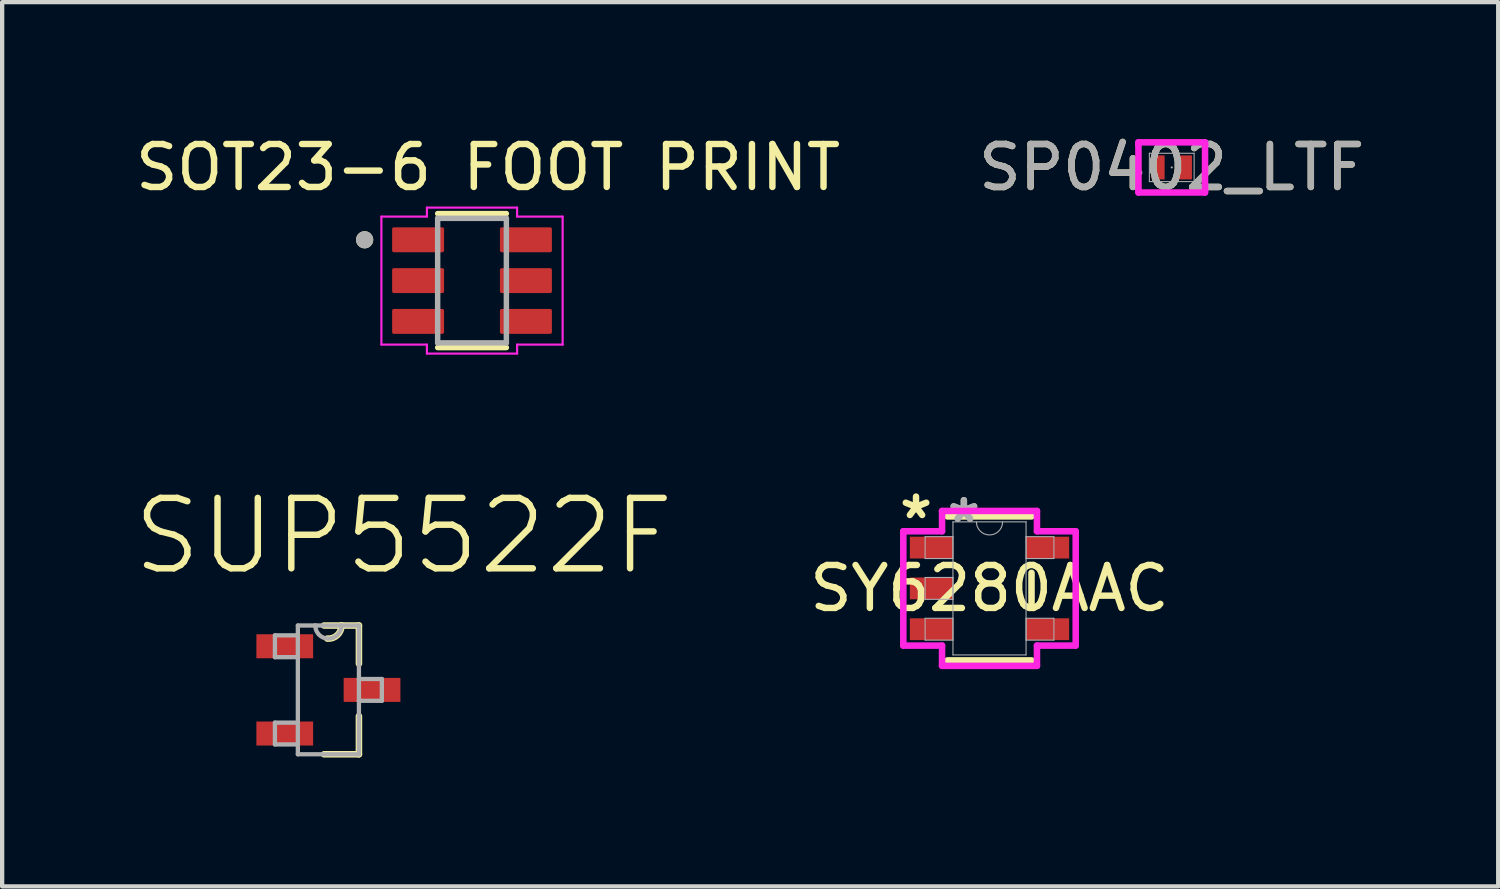
<source format=kicad_pcb>
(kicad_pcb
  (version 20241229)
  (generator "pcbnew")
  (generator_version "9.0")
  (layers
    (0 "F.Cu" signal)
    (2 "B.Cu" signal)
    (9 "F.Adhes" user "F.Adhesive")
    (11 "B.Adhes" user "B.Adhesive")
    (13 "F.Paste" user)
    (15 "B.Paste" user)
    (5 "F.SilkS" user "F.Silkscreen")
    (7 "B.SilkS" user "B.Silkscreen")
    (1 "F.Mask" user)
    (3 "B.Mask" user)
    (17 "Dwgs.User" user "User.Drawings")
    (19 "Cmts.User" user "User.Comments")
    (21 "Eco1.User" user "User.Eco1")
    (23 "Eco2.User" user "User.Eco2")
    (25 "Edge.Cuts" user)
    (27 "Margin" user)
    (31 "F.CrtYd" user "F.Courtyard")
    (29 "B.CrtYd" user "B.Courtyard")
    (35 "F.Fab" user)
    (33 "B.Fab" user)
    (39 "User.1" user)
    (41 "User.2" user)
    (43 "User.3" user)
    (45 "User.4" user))
  (footprint "SOT23-6 FOOT PRINT"
    (layer "F.Cu")
    (at 7.94 3.483)
    (property "Reference" "SOT23-6 FOOT PRINT" (at 0.375 -2.635 0) (layer "F.SilkS") (effects (font (size 1 1) (thickness 0.15))))
    (attr smd)
    (fp_line (start -0.8 1.56) (end 0.8 1.56) (stroke (width 0.127) (type solid)) (layer "F.SilkS"))
    (fp_line (start 0.8 -1.56) (end -0.8 -1.56) (stroke (width 0.127) (type solid)) (layer "F.SilkS"))
    (fp_circle (center -2.5 -0.95) (end -2.4 -0.95) (stroke (width 0.2) (type solid)) (fill no) (layer "F.SilkS"))
    (fp_line (start -2.11 -1.49) (end -2.11 1.49) (stroke (width 0.05) (type solid)) (layer "F.CrtYd"))
    (fp_line (start -2.11 -1.49) (end -1.05 -1.49) (stroke (width 0.05) (type solid)) (layer "F.CrtYd"))
    (fp_line (start -2.11 1.49) (end -1.05 1.49) (stroke (width 0.05) (type solid)) (layer "F.CrtYd"))
    (fp_line (start -1.05 -1.49) (end -1.05 -1.7) (stroke (width 0.05) (type solid)) (layer "F.CrtYd"))
    (fp_line (start -1.05 1.49) (end -1.05 1.7) (stroke (width 0.05) (type solid)) (layer "F.CrtYd"))
    (fp_line (start -1.05 1.7) (end 1.05 1.7) (stroke (width 0.05) (type solid)) (layer "F.CrtYd"))
    (fp_line (start 1.05 -1.7) (end -1.05 -1.7) (stroke (width 0.05) (type solid)) (layer "F.CrtYd"))
    (fp_line (start 1.05 -1.49) (end 1.05 -1.7) (stroke (width 0.05) (type solid)) (layer "F.CrtYd"))
    (fp_line (start 1.05 1.49) (end 1.05 1.7) (stroke (width 0.05) (type solid)) (layer "F.CrtYd"))
    (fp_line (start 2.11 -1.49) (end 1.05 -1.49) (stroke (width 0.05) (type solid)) (layer "F.CrtYd"))
    (fp_line (start 2.11 1.49) (end 1.05 1.49) (stroke (width 0.05) (type solid)) (layer "F.CrtYd"))
    (fp_line (start 2.11 1.49) (end 2.11 -1.49) (stroke (width 0.05) (type solid)) (layer "F.CrtYd"))
    (fp_line (start -0.8 -1.45) (end -0.8 1.45) (stroke (width 0.127) (type solid)) (layer "F.Fab"))
    (fp_line (start -0.8 1.45) (end 0.8 1.45) (stroke (width 0.127) (type solid)) (layer "F.Fab"))
    (fp_line (start 0.8 -1.45) (end -0.8 -1.45) (stroke (width 0.127) (type solid)) (layer "F.Fab"))
    (fp_line (start 0.8 1.45) (end 0.8 -1.45) (stroke (width 0.127) (type solid)) (layer "F.Fab"))
    (fp_circle (center -2.5 -0.95) (end -2.4 -0.95) (stroke (width 0.2) (type solid)) (fill no) (layer "F.Fab"))
    (pad "1" smd roundrect (at -1.255 0.95) (size 1.21 0.58) (layers "F.Cu" "F.Mask" "F.Paste") (roundrect_rratio 0.07))
    (pad "2" smd roundrect (at -1.255 0) (size 1.21 0.58) (layers "F.Cu" "F.Mask" "F.Paste") (roundrect_rratio 0.07))
    (pad "3" smd roundrect (at 1.255 0) (size 1.21 0.58) (layers "F.Cu" "F.Mask" "F.Paste") (roundrect_rratio 0.07))
    (pad "4" smd roundrect (at -1.255 -0.95) (size 1.21 0.58) (layers "F.Cu" "F.Mask" "F.Paste") (roundrect_rratio 0.07))
    (pad "5" smd roundrect (at 1.255 -0.95) (size 1.21 0.58) (layers "F.Cu" "F.Mask" "F.Paste") (roundrect_rratio 0.07))
    (pad "6" smd roundrect (at 1.255 0.95) (size 1.21 0.58) (layers "F.Cu" "F.Mask" "F.Paste") (roundrect_rratio 0.07)))
  (footprint "SP0402_LTF"
    (layer "F.Cu")
    (at 24.232 0.848)
    (property "Reference" "SP0402_LTF" (at 0 0 0) (unlocked yes) (layer "F.SilkS") (effects (font (size 1 1) (thickness 0.15))))
    (attr smd)
    (fp_line (start -0.775 -0.584) (end 0.775 -0.584) (stroke (width 0.152) (type solid)) (layer "F.CrtYd"))
    (fp_line (start -0.775 -0.533) (end -0.775 -0.584) (stroke (width 0.152) (type solid)) (layer "F.CrtYd"))
    (fp_line (start -0.775 -0.533) (end -0.775 -0.533) (stroke (width 0.152) (type solid)) (layer "F.CrtYd"))
    (fp_line (start -0.775 0.533) (end -0.775 -0.533) (stroke (width 0.152) (type solid)) (layer "F.CrtYd"))
    (fp_line (start -0.775 0.533) (end -0.775 0.533) (stroke (width 0.152) (type solid)) (layer "F.CrtYd"))
    (fp_line (start -0.775 0.584) (end -0.775 0.533) (stroke (width 0.152) (type solid)) (layer "F.CrtYd"))
    (fp_line (start 0.775 -0.584) (end 0.775 -0.533) (stroke (width 0.152) (type solid)) (layer "F.CrtYd"))
    (fp_line (start 0.775 -0.533) (end 0.775 -0.533) (stroke (width 0.152) (type solid)) (layer "F.CrtYd"))
    (fp_line (start 0.775 -0.533) (end 0.775 0.533) (stroke (width 0.152) (type solid)) (layer "F.CrtYd"))
    (fp_line (start 0.775 0.533) (end 0.775 0.533) (stroke (width 0.152) (type solid)) (layer "F.CrtYd"))
    (fp_line (start 0.775 0.533) (end 0.775 0.584) (stroke (width 0.152) (type solid)) (layer "F.CrtYd"))
    (fp_line (start 0.775 0.584) (end -0.775 0.584) (stroke (width 0.152) (type solid)) (layer "F.CrtYd"))
    (fp_line (start -0.521 -0.33) (end -0.521 0.33) (stroke (width 0.025) (type solid)) (layer "F.Fab"))
    (fp_line (start -0.521 0.33) (end 0.521 0.33) (stroke (width 0.025) (type solid)) (layer "F.Fab"))
    (fp_line (start 0.521 -0.33) (end -0.521 -0.33) (stroke (width 0.025) (type solid)) (layer "F.Fab"))
    (fp_line (start 0.521 0.33) (end 0.521 -0.33) (stroke (width 0.025) (type solid)) (layer "F.Fab"))
    (fp_circle (center 0 0) (end 0 0) (stroke (width 0.025) (type solid)) (fill no) (layer "F.Fab"))
    (fp_text user "${REFERENCE}" (at 0 0 0) (unlocked yes) (layer "F.Fab") (effects (font (size 1 1) (thickness 0.15))))
    (pad "1" smd rect (at -0.318 0) (size 0.305 0.559) (layers "F.Cu" "F.Mask" "F.Paste"))
    (pad "2" smd rect (at 0.318 0) (size 0.305 0.559) (layers "F.Cu" "F.Mask" "F.Paste")))
  (footprint "SY6280AAC"
    (layer "F.Cu")
    (at 19.989 10.65)
    (property "Reference" "SY6280AAC" (at 0 0 0) (unlocked yes) (layer "F.SilkS") (effects (font (size 1 1) (thickness 0.15))))
    (attr smd)
    (fp_line (start -0.978 1.676) (end 0.978 1.676) (stroke (width 0.152) (type solid)) (layer "F.SilkS"))
    (fp_line (start 0.978 -1.676) (end -0.978 -1.676) (stroke (width 0.152) (type solid)) (layer "F.SilkS"))
    (fp_line (start 0.978 0.363) (end 0.978 -0.363) (stroke (width 0.152) (type solid)) (layer "F.SilkS"))
    (fp_line (start -2.007 -1.331) (end -1.105 -1.331) (stroke (width 0.152) (type solid)) (layer "F.CrtYd"))
    (fp_line (start -2.007 1.331) (end -2.007 -1.331) (stroke (width 0.152) (type solid)) (layer "F.CrtYd"))
    (fp_line (start -1.105 -1.803) (end 1.105 -1.803) (stroke (width 0.152) (type solid)) (layer "F.CrtYd"))
    (fp_line (start -1.105 -1.331) (end -1.105 -1.803) (stroke (width 0.152) (type solid)) (layer "F.CrtYd"))
    (fp_line (start -1.105 1.331) (end -2.007 1.331) (stroke (width 0.152) (type solid)) (layer "F.CrtYd"))
    (fp_line (start -1.105 1.803) (end -1.105 1.331) (stroke (width 0.152) (type solid)) (layer "F.CrtYd"))
    (fp_line (start 1.105 -1.803) (end 1.105 -1.331) (stroke (width 0.152) (type solid)) (layer "F.CrtYd"))
    (fp_line (start 1.105 -1.331) (end 2.007 -1.331) (stroke (width 0.152) (type solid)) (layer "F.CrtYd"))
    (fp_line (start 1.105 1.331) (end 1.105 1.803) (stroke (width 0.152) (type solid)) (layer "F.CrtYd"))
    (fp_line (start 1.105 1.803) (end -1.105 1.803) (stroke (width 0.152) (type solid)) (layer "F.CrtYd"))
    (fp_line (start 2.007 -1.331) (end 2.007 1.331) (stroke (width 0.152) (type solid)) (layer "F.CrtYd"))
    (fp_line (start 2.007 1.331) (end 1.105 1.331) (stroke (width 0.152) (type solid)) (layer "F.CrtYd"))
    (fp_line (start -1.499 -1.204) (end -1.499 -0.696) (stroke (width 0.025) (type solid)) (layer "F.Fab"))
    (fp_line (start -1.499 -0.696) (end -0.851 -0.696) (stroke (width 0.025) (type solid)) (layer "F.Fab"))
    (fp_line (start -1.499 -0.254) (end -1.499 0.254) (stroke (width 0.025) (type solid)) (layer "F.Fab"))
    (fp_line (start -1.499 0.254) (end -0.851 0.254) (stroke (width 0.025) (type solid)) (layer "F.Fab"))
    (fp_line (start -1.499 0.696) (end -1.499 1.204) (stroke (width 0.025) (type solid)) (layer "F.Fab"))
    (fp_line (start -1.499 1.204) (end -0.851 1.204) (stroke (width 0.025) (type solid)) (layer "F.Fab"))
    (fp_line (start -0.851 -1.549) (end -0.851 1.549) (stroke (width 0.025) (type solid)) (layer "F.Fab"))
    (fp_line (start -0.851 -1.204) (end -1.499 -1.204) (stroke (width 0.025) (type solid)) (layer "F.Fab"))
    (fp_line (start -0.851 -0.696) (end -0.851 -1.204) (stroke (width 0.025) (type solid)) (layer "F.Fab"))
    (fp_line (start -0.851 -0.254) (end -1.499 -0.254) (stroke (width 0.025) (type solid)) (layer "F.Fab"))
    (fp_line (start -0.851 0.254) (end -0.851 -0.254) (stroke (width 0.025) (type solid)) (layer "F.Fab"))
    (fp_line (start -0.851 0.696) (end -1.499 0.696) (stroke (width 0.025) (type solid)) (layer "F.Fab"))
    (fp_line (start -0.851 1.204) (end -0.851 0.696) (stroke (width 0.025) (type solid)) (layer "F.Fab"))
    (fp_line (start -0.851 1.549) (end 0.851 1.549) (stroke (width 0.025) (type solid)) (layer "F.Fab"))
    (fp_line (start 0.851 -1.549) (end -0.851 -1.549) (stroke (width 0.025) (type solid)) (layer "F.Fab"))
    (fp_line (start 0.851 -1.204) (end 0.851 -0.696) (stroke (width 0.025) (type solid)) (layer "F.Fab"))
    (fp_line (start 0.851 -0.696) (end 1.499 -0.696) (stroke (width 0.025) (type solid)) (layer "F.Fab"))
    (fp_line (start 0.851 0.696) (end 0.851 1.204) (stroke (width 0.025) (type solid)) (layer "F.Fab"))
    (fp_line (start 0.851 1.204) (end 1.499 1.204) (stroke (width 0.025) (type solid)) (layer "F.Fab"))
    (fp_line (start 0.851 1.549) (end 0.851 -1.549) (stroke (width 0.025) (type solid)) (layer "F.Fab"))
    (fp_line (start 1.499 -1.204) (end 0.851 -1.204) (stroke (width 0.025) (type solid)) (layer "F.Fab"))
    (fp_line (start 1.499 -0.696) (end 1.499 -1.204) (stroke (width 0.025) (type solid)) (layer "F.Fab"))
    (fp_line (start 1.499 0.696) (end 0.851 0.696) (stroke (width 0.025) (type solid)) (layer "F.Fab"))
    (fp_line (start 1.499 1.204) (end 1.499 0.696) (stroke (width 0.025) (type solid)) (layer "F.Fab"))
    (fp_arc (start 0.3048 -1.5494) (mid 0 -1.2446) (end -0.3048 -1.5494) (stroke (width 0.0254) (type solid)) (layer "F.Fab"))
    (fp_text user "*" (at -1.711 -1.593 0) (layer "F.SilkS") (effects (font (size 1 1) (thickness 0.15))))
    (fp_text user "*" (at -0.597 -1.509 0) (unlocked yes) (layer "F.Fab") (effects (font (size 1 1) (thickness 0.15))))
    (fp_text user "*" (at -0.597 -1.509 0) (layer "F.Fab") (effects (font (size 1 1) (thickness 0.15))))
    (pad "1" smd rect (at -1.353 -0.95) (size 1.003 0.508) (layers "F.Cu" "F.Mask" "F.Paste"))
    (pad "2" smd rect (at -1.353 0) (size 1.003 0.508) (layers "F.Cu" "F.Mask" "F.Paste"))
    (pad "3" smd rect (at -1.353 0.95) (size 1.003 0.508) (layers "F.Cu" "F.Mask" "F.Paste"))
    (pad "4" smd rect (at 1.353 0.95) (size 1.003 0.508) (layers "F.Cu" "F.Mask" "F.Paste"))
    (pad "5" smd rect (at 1.353 -0.95) (size 1.003 0.508) (layers "F.Cu" "F.Mask" "F.Paste")))
  (footprint "SUP5522F"
    (layer "F.Cu")
    (at 4.596 13.013)
    (property "Reference" "SUP5522F" (at 1.753 -3.582 0) (layer "F.SilkS") (effects (font (size 1.64 1.64) (thickness 0.15))))
    (attr smd)
    (fp_line (start -0.102 1.499) (end 0.711 1.499) (stroke (width 0.152) (type solid)) (layer "F.SilkS"))
    (fp_line (start 0.305 -1.499) (end -0.102 -1.499) (stroke (width 0.152) (type solid)) (layer "F.SilkS"))
    (fp_line (start 0.711 -1.499) (end 0.305 -1.499) (stroke (width 0.152) (type solid)) (layer "F.SilkS"))
    (fp_line (start 0.711 -0.61) (end 0.711 -1.499) (stroke (width 0.152) (type solid)) (layer "F.SilkS"))
    (fp_line (start 0.711 1.499) (end 0.711 0.61) (stroke (width 0.152) (type solid)) (layer "F.SilkS"))
    (fp_arc (start 0.3048 -1.4986) (mid 0.206758 -1.273554) (end -0.0254 -1.1938) (stroke (width 0.1524) (type solid)) (layer "F.SilkS"))
    (fp_line (start -1.245 -1.27) (end -1.245 -0.762) (stroke (width 0.1) (type solid)) (layer "F.Fab"))
    (fp_line (start -1.245 -0.762) (end -0.711 -0.762) (stroke (width 0.1) (type solid)) (layer "F.Fab"))
    (fp_line (start -1.245 0.762) (end -1.245 1.27) (stroke (width 0.1) (type solid)) (layer "F.Fab"))
    (fp_line (start -1.245 1.27) (end -0.711 1.27) (stroke (width 0.1) (type solid)) (layer "F.Fab"))
    (fp_line (start -0.711 -1.499) (end -0.711 -1.27) (stroke (width 0.1) (type solid)) (layer "F.Fab"))
    (fp_line (start -0.711 -1.27) (end -1.245 -1.27) (stroke (width 0.1) (type solid)) (layer "F.Fab"))
    (fp_line (start -0.711 -1.27) (end -0.711 -0.762) (stroke (width 0.1) (type solid)) (layer "F.Fab"))
    (fp_line (start -0.711 -0.762) (end -0.711 0.762) (stroke (width 0.1) (type solid)) (layer "F.Fab"))
    (fp_line (start -0.711 0.762) (end -1.245 0.762) (stroke (width 0.1) (type solid)) (layer "F.Fab"))
    (fp_line (start -0.711 1.27) (end -0.711 0.762) (stroke (width 0.1) (type solid)) (layer "F.Fab"))
    (fp_line (start -0.711 1.499) (end -0.711 1.27) (stroke (width 0.1) (type solid)) (layer "F.Fab"))
    (fp_line (start -0.711 1.499) (end 0.711 1.499) (stroke (width 0.1) (type solid)) (layer "F.Fab"))
    (fp_line (start -0.305 -1.499) (end -0.711 -1.499) (stroke (width 0.1) (type solid)) (layer "F.Fab"))
    (fp_line (start 0.305 -1.499) (end -0.305 -1.499) (stroke (width 0.1) (type solid)) (layer "F.Fab"))
    (fp_line (start 0.711 -1.499) (end 0.305 -1.499) (stroke (width 0.1) (type solid)) (layer "F.Fab"))
    (fp_line (start 0.711 -0.254) (end 0.711 -1.499) (stroke (width 0.1) (type solid)) (layer "F.Fab"))
    (fp_line (start 0.711 0.254) (end 0.711 -0.254) (stroke (width 0.1) (type solid)) (layer "F.Fab"))
    (fp_line (start 0.711 0.254) (end 1.245 0.254) (stroke (width 0.1) (type solid)) (layer "F.Fab"))
    (fp_line (start 0.711 1.499) (end 0.711 0.254) (stroke (width 0.1) (type solid)) (layer "F.Fab"))
    (fp_line (start 1.245 -0.254) (end 0.711 -0.254) (stroke (width 0.1) (type solid)) (layer "F.Fab"))
    (fp_line (start 1.245 0.254) (end 1.245 -0.254) (stroke (width 0.1) (type solid)) (layer "F.Fab"))
    (fp_arc (start 0.3048 -1.4986) (mid 0 -1.1938) (end -0.3048 -1.4986) (stroke (width 0.1) (type solid)) (layer "F.Fab"))
    (pad "1" smd rect (at -1.016 -1.016) (size 1.321 0.559) (layers "F.Cu" "F.Mask" "F.Paste"))
    (pad "2" smd rect (at -1.016 1.016) (size 1.321 0.559) (layers "F.Cu" "F.Mask" "F.Paste"))
    (pad "3" smd rect (at 1.016 0) (size 1.321 0.559) (layers "F.Cu" "F.Mask" "F.Paste")))
  (gr_rect
    (start -3 -3)
    (end 31.833 17.588)
    (stroke (width 0.1) (type default))
    (fill no)
    (layer "Edge.Cuts")))
</source>
